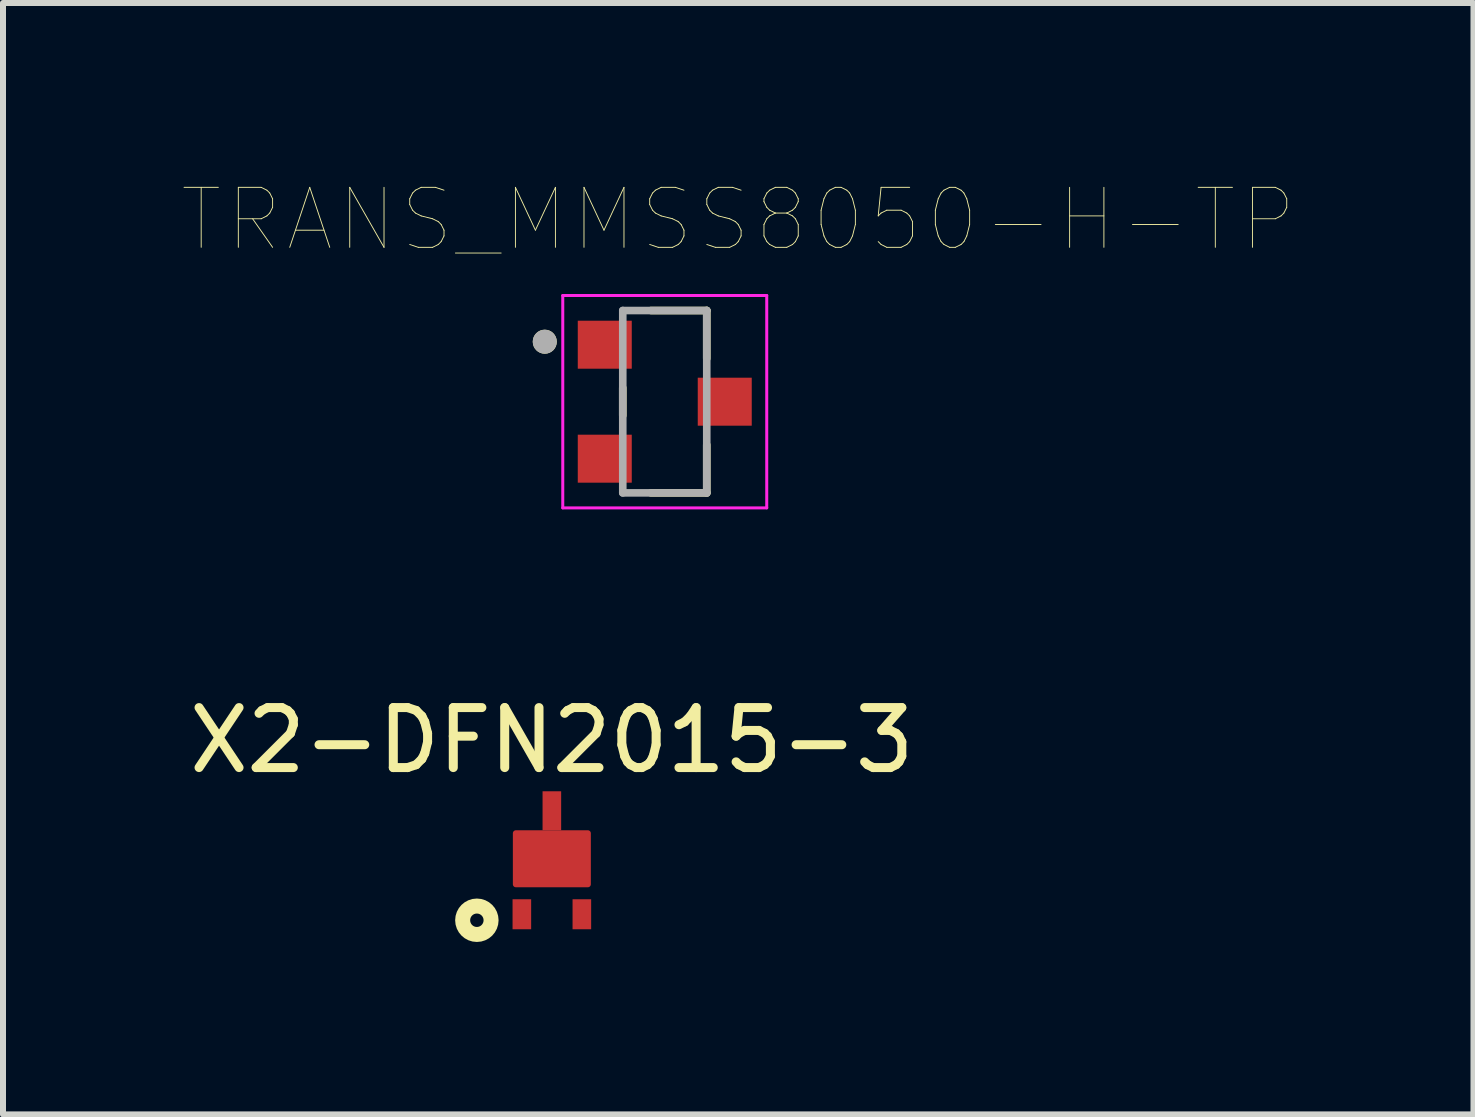
<source format=kicad_pcb>
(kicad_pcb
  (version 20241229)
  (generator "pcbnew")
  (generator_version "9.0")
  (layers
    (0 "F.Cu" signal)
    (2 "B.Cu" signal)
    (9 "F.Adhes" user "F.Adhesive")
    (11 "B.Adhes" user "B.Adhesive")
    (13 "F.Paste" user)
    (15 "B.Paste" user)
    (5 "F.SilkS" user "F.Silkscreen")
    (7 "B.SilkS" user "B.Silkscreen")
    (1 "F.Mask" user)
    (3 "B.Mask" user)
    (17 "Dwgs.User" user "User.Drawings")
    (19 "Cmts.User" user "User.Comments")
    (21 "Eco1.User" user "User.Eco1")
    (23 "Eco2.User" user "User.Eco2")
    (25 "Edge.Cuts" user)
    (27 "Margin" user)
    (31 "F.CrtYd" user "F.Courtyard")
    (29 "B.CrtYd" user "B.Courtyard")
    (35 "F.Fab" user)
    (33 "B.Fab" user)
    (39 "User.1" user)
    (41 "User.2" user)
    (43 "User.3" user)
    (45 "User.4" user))
  (footprint "TRANS_MMSS8050-H-TP"
    (layer "F.Cu")
    (at 8.031 3.646)
    (property "Reference" "TRANS_MMSS8050-H-TP" (at 1.225 -3.035 0) (layer "F.SilkS") (effects (font (size 1 1) (thickness 0.015))))
    (attr through_hole)
    (fp_line (start -0.7 0.23) (end -0.7 -0.23) (stroke (width 0.127) (type solid)) (layer "F.SilkS"))
    (fp_line (start -0.23 -1.52) (end 0.7 -1.52) (stroke (width 0.127) (type solid)) (layer "F.SilkS"))
    (fp_line (start -0.23 1.52) (end 0.7 1.52) (stroke (width 0.127) (type solid)) (layer "F.SilkS"))
    (fp_line (start 0.7 -1.52) (end 0.7 -0.72) (stroke (width 0.127) (type solid)) (layer "F.SilkS"))
    (fp_line (start 0.7 0.72) (end 0.7 1.52) (stroke (width 0.127) (type solid)) (layer "F.SilkS"))
    (fp_circle (center -2 -1) (end -1.9 -1) (stroke (width 0.2) (type solid)) (fill no) (layer "F.SilkS"))
    (fp_line (start -1.7 -1.77) (end 1.7 -1.77) (stroke (width 0.05) (type solid)) (layer "F.CrtYd"))
    (fp_line (start -1.7 1.77) (end -1.7 -1.77) (stroke (width 0.05) (type solid)) (layer "F.CrtYd"))
    (fp_line (start 1.7 -1.77) (end 1.7 1.77) (stroke (width 0.05) (type solid)) (layer "F.CrtYd"))
    (fp_line (start 1.7 1.77) (end -1.7 1.77) (stroke (width 0.05) (type solid)) (layer "F.CrtYd"))
    (fp_line (start -0.7 -1.52) (end 0.7 -1.52) (stroke (width 0.127) (type solid)) (layer "F.Fab"))
    (fp_line (start -0.7 1.52) (end -0.7 -1.52) (stroke (width 0.127) (type solid)) (layer "F.Fab"))
    (fp_line (start 0.7 -1.52) (end 0.7 1.52) (stroke (width 0.127) (type solid)) (layer "F.Fab"))
    (fp_line (start 0.7 1.52) (end -0.7 1.52) (stroke (width 0.127) (type solid)) (layer "F.Fab"))
    (fp_circle (center -2 -1) (end -1.9 -1) (stroke (width 0.2) (type solid)) (fill no) (layer "F.Fab"))
    (pad "1" smd rect (at -1 -0.95) (size 0.9 0.8) (layers "F.Cu" "F.Mask" "F.Paste"))
    (pad "2" smd rect (at -1 0.95) (size 0.9 0.8) (layers "F.Cu" "F.Mask" "F.Paste"))
    (pad "3" smd rect (at 1 0) (size 0.9 0.8) (layers "F.Cu" "F.Mask" "F.Paste")))
  (footprint "X2-DFN2015-3"
    (layer "F.Cu")
    (at 6.149 11.29)
    (property "Reference" "X2-DFN2015-3" (at 0 -2 0) (layer "F.SilkS") (effects (font (size 1 1) (thickness 0.15))))
    (attr smd)
    (fp_poly (pts (xy 0.6 0.4) (xy -0.6 0.4) (xy -0.6 -0.45) (xy 0.6 -0.45)) (stroke (width 0.1) (type solid)) (fill yes) (layer "F.Cu"))
    (fp_poly (pts (xy 0.6 0.4) (xy -0.6 0.4) (xy -0.6 -0.45) (xy 0.6 -0.45)) (stroke (width 0.1) (type solid)) (fill yes) (layer "F.Mask"))
    (fp_circle (center -1.25 1) (end -1.138 1) (stroke (width 0.25) (type solid)) (fill no) (layer "F.SilkS"))
    (fp_poly (pts (xy 0.6 0.4) (xy -0.6 0.4) (xy -0.6 -0.45) (xy 0.6 -0.45)) (stroke (width 0.1) (type solid)) (fill yes) (layer "F.Paste"))
    (pad "1" smd rect (at -0.5 0.9) (size 0.31 0.5) (layers "F.Cu" "F.Mask" "F.Paste"))
    (pad "2" smd rect (at 0.5 0.9) (size 0.31 0.5) (layers "F.Cu" "F.Mask" "F.Paste"))
    (pad "3" smd rect (at 0 -0.825) (size 0.31 0.65) (layers "F.Cu" "F.Mask" "F.Paste")))
  (gr_rect
    (start -3 -3)
    (end 21.512 15.526)
    (stroke (width 0.1) (type default))
    (fill no)
    (layer "Edge.Cuts")))
</source>
